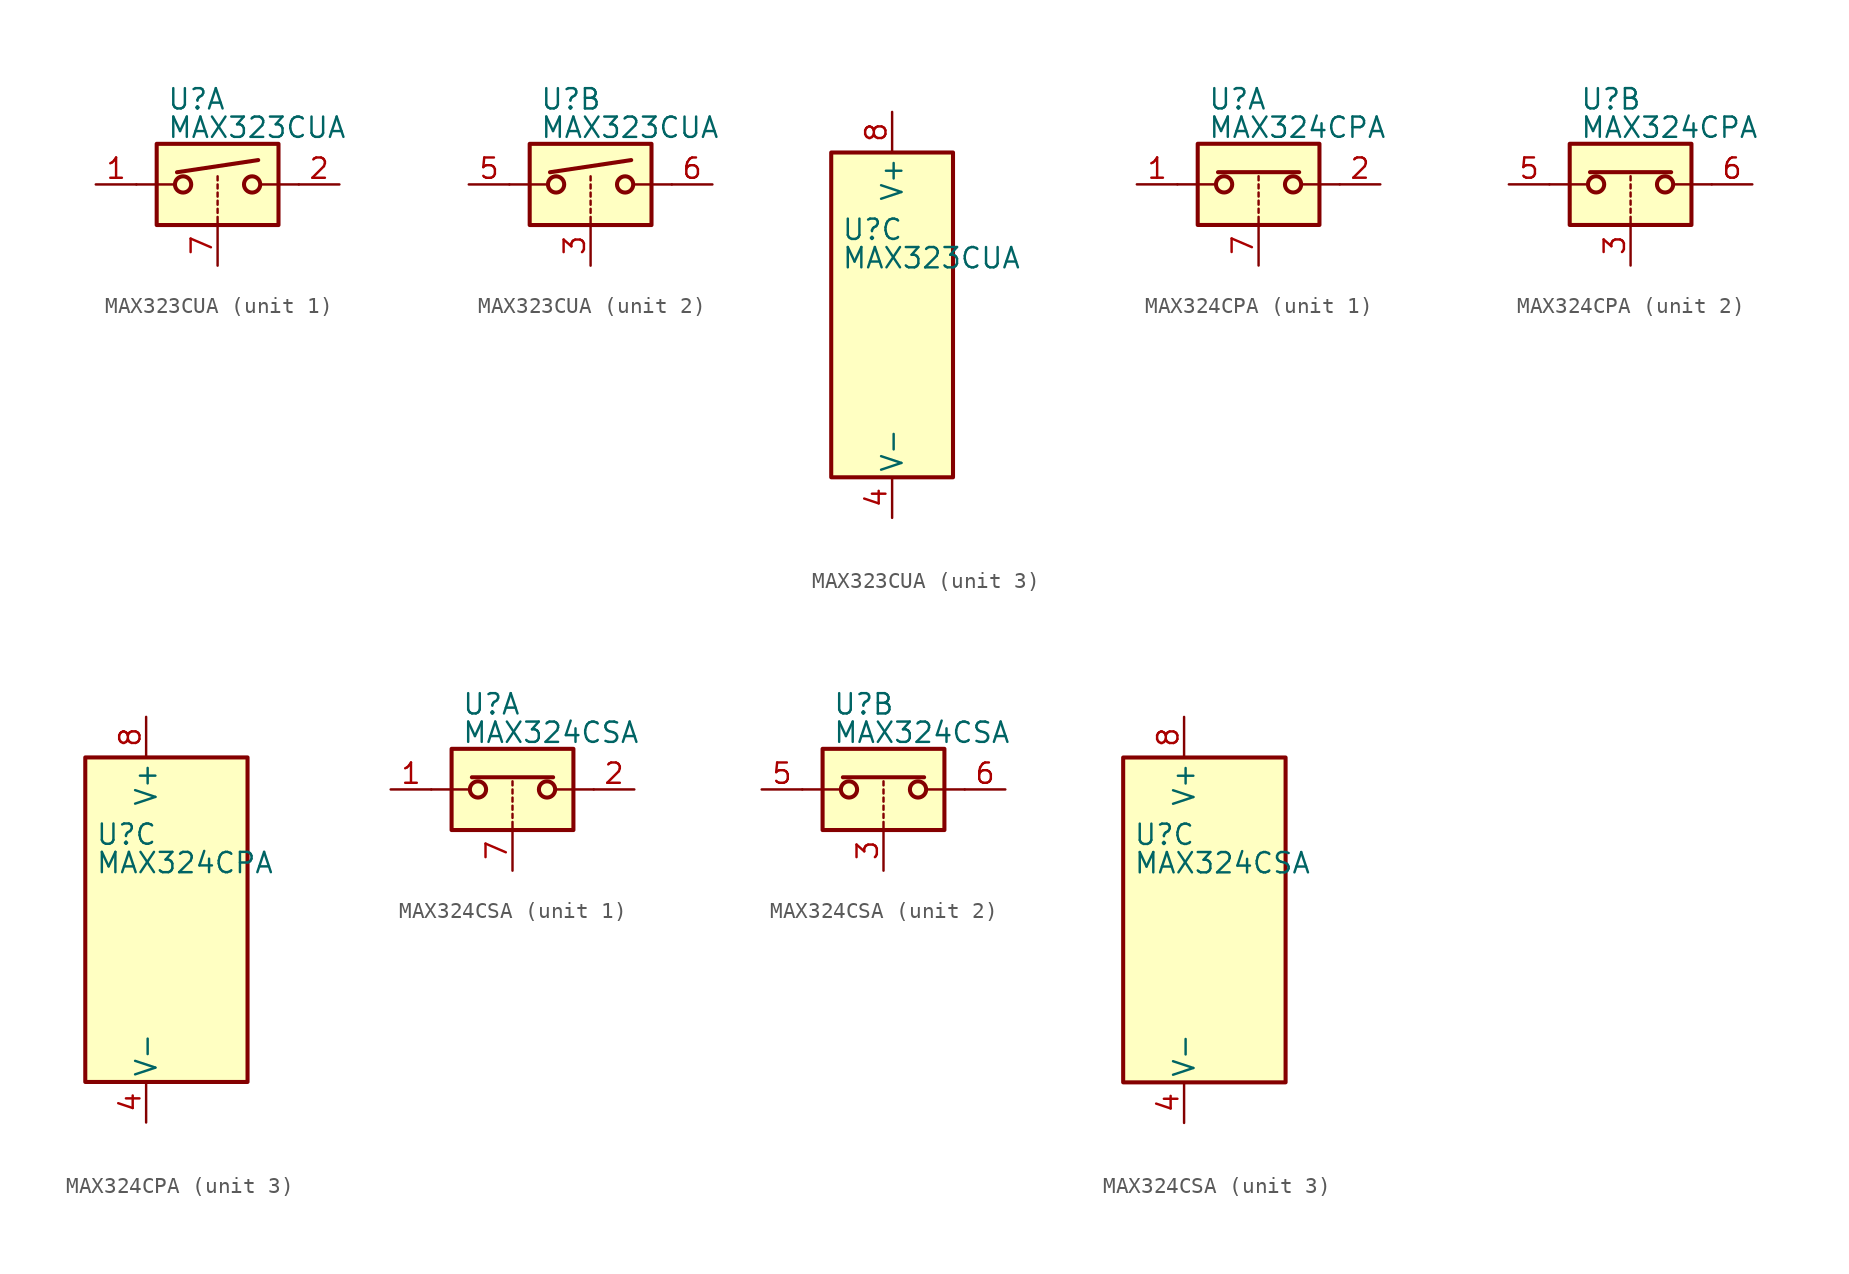
<source format=kicad_sym>
(kicad_symbol_lib
  (version 20220914)
  (generator kicad_symbol_editor)
  (symbol "MAX323CUA"
    (pin_names
      (offset 0.254))
    (property "Reference" "U"
      (at -3.175 5.334 0)
      (effects (font (size 1.27 1.27)) (justify left)))
    (property "Value" "MAX323CUA"
      (at -3.175 3.556 0)
      (effects (font (size 1.27 1.27)) (justify left)))
    (symbol "MAX323CUA_1_1"
      (rectangle (start -3.81 2.54) (end 3.81 -2.54) (stroke (width 0.254) (type default)) (fill (type background)))
      (circle (center -2.159 0) (radius 0.508) (stroke (width 0.254) (type default)) (fill (type none)))
      (polyline (pts (xy -5.08 0) (xy -2.794 0)) (stroke (width 0) (type default)) (fill (type none)))
      (polyline (pts (xy -2.54 0.762) (xy 2.54 1.524)) (stroke (width 0.254) (type default)) (fill (type none)))
      (polyline (pts (xy 0 -2.54) (xy 0 -2.032)) (stroke (width 0) (type default)) (fill (type none)))
      (polyline (pts (xy 0 -1.778) (xy 0 -1.524)) (stroke (width 0) (type default)) (fill (type none)))
      (polyline (pts (xy 0 -1.27) (xy 0 -1.016)) (stroke (width 0) (type default)) (fill (type none)))
      (polyline (pts (xy 0 -0.762) (xy 0 -0.508)) (stroke (width 0) (type default)) (fill (type none)))
      (polyline (pts (xy 0 -0.254) (xy 0 0)) (stroke (width 0) (type default)) (fill (type none)))
      (polyline (pts (xy 0 0.254) (xy 0 0.508)) (stroke (width 0) (type default)) (fill (type none)))
      (polyline (pts (xy 5.08 0) (xy 2.794 0)) (stroke (width 0) (type default)) (fill (type none)))
      (circle (center 2.159 0) (radius 0.508) (stroke (width 0.254) (type default)) (fill (type none)))
      (pin passive line (at -7.62 0 0) (length 2.54) (name "~" (effects (font (size 1.27 1.27)))) (number "1" (effects (font (size 1.27 1.27)))))
      (pin passive line (at 7.62 0 180) (length 2.54) (name "~" (effects (font (size 1.27 1.27)))) (number "2" (effects (font (size 1.27 1.27)))))
      (pin input line (at 0 -5.08 90) (length 2.54) (name "~" (effects (font (size 1.27 1.27)))) (number "7" (effects (font (size 1.27 1.27))))))
    (symbol "MAX323CUA_2_1"
      (rectangle (start -3.81 2.54) (end 3.81 -2.54) (stroke (width 0.254) (type default)) (fill (type background)))
      (circle (center -2.159 0) (radius 0.508) (stroke (width 0.254) (type default)) (fill (type none)))
      (polyline (pts (xy -5.08 0) (xy -2.794 0)) (stroke (width 0) (type default)) (fill (type none)))
      (polyline (pts (xy -2.54 0.762) (xy 2.54 1.524)) (stroke (width 0.254) (type default)) (fill (type none)))
      (polyline (pts (xy 0 -2.54) (xy 0 -2.032)) (stroke (width 0) (type default)) (fill (type none)))
      (polyline (pts (xy 0 -1.778) (xy 0 -1.524)) (stroke (width 0) (type default)) (fill (type none)))
      (polyline (pts (xy 0 -1.27) (xy 0 -1.016)) (stroke (width 0) (type default)) (fill (type none)))
      (polyline (pts (xy 0 -0.762) (xy 0 -0.508)) (stroke (width 0) (type default)) (fill (type none)))
      (polyline (pts (xy 0 -0.254) (xy 0 0)) (stroke (width 0) (type default)) (fill (type none)))
      (polyline (pts (xy 0 0.254) (xy 0 0.508)) (stroke (width 0) (type default)) (fill (type none)))
      (polyline (pts (xy 5.08 0) (xy 2.794 0)) (stroke (width 0) (type default)) (fill (type none)))
      (circle (center 2.159 0) (radius 0.508) (stroke (width 0.254) (type default)) (fill (type none)))
      (pin input line (at 0 -5.08 90) (length 2.54) (name "~" (effects (font (size 1.27 1.27)))) (number "3" (effects (font (size 1.27 1.27)))))
      (pin passive line (at -7.62 0 0) (length 2.54) (name "~" (effects (font (size 1.27 1.27)))) (number "5" (effects (font (size 1.27 1.27)))))
      (pin passive line (at 7.62 0 180) (length 2.54) (name "~" (effects (font (size 1.27 1.27)))) (number "6" (effects (font (size 1.27 1.27))))))
    (symbol "MAX323CUA_3_0"
      (pin power_in line (at 0 -12.7 90) (length 2.54) (name "V-" (effects (font (size 1.27 1.27)))) (number "4" (effects (font (size 1.27 1.27)))))
      (pin power_in line (at 0 12.7 270) (length 2.54) (name "V+" (effects (font (size 1.27 1.27)))) (number "8" (effects (font (size 1.27 1.27))))))
    (symbol "MAX323CUA_3_1"
      (rectangle (start -3.81 10.16) (end 3.81 -10.16) (stroke (width 0.254) (type default)) (fill (type background)))))
  (symbol "MAX324CPA"
    (pin_names
      (offset 0.254))
    (property "Reference" "U"
      (at -3.175 5.334 0)
      (effects (font (size 1.27 1.27)) (justify left)))
    (property "Value" "MAX324CPA"
      (at -3.175 3.556 0)
      (effects (font (size 1.27 1.27)) (justify left)))
    (symbol "MAX324CPA_1_1"
      (rectangle (start -3.81 2.54) (end 3.81 -2.54) (stroke (width 0.254) (type default)) (fill (type background)))
      (circle (center -2.159 0) (radius 0.508) (stroke (width 0.254) (type default)) (fill (type none)))
      (polyline (pts (xy -5.08 0) (xy -2.794 0)) (stroke (width 0) (type default)) (fill (type none)))
      (polyline (pts (xy -2.54 0.762) (xy 2.54 0.762)) (stroke (width 0.254) (type default)) (fill (type none)))
      (polyline (pts (xy 0 -2.54) (xy 0 -2.032)) (stroke (width 0) (type default)) (fill (type none)))
      (polyline (pts (xy 0 -1.778) (xy 0 -1.524)) (stroke (width 0) (type default)) (fill (type none)))
      (polyline (pts (xy 0 -1.27) (xy 0 -1.016)) (stroke (width 0) (type default)) (fill (type none)))
      (polyline (pts (xy 0 -0.762) (xy 0 -0.508)) (stroke (width 0) (type default)) (fill (type none)))
      (polyline (pts (xy 0 -0.254) (xy 0 0)) (stroke (width 0) (type default)) (fill (type none)))
      (polyline (pts (xy 0 0.254) (xy 0 0.508)) (stroke (width 0) (type default)) (fill (type none)))
      (polyline (pts (xy 5.08 0) (xy 2.794 0)) (stroke (width 0) (type default)) (fill (type none)))
      (circle (center 2.159 0) (radius 0.508) (stroke (width 0.254) (type default)) (fill (type none)))
      (pin passive line (at -7.62 0 0) (length 2.54) (name "~" (effects (font (size 1.27 1.27)))) (number "1" (effects (font (size 1.27 1.27)))))
      (pin passive line (at 7.62 0 180) (length 2.54) (name "~" (effects (font (size 1.27 1.27)))) (number "2" (effects (font (size 1.27 1.27)))))
      (pin input line (at 0 -5.08 90) (length 2.54) (name "~" (effects (font (size 1.27 1.27)))) (number "7" (effects (font (size 1.27 1.27))))))
    (symbol "MAX324CPA_2_1"
      (rectangle (start -3.81 2.54) (end 3.81 -2.54) (stroke (width 0.254) (type default)) (fill (type background)))
      (circle (center -2.159 0) (radius 0.508) (stroke (width 0.254) (type default)) (fill (type none)))
      (polyline (pts (xy -5.08 0) (xy -2.794 0)) (stroke (width 0) (type default)) (fill (type none)))
      (polyline (pts (xy -2.54 0.762) (xy 2.54 0.762)) (stroke (width 0.254) (type default)) (fill (type none)))
      (polyline (pts (xy 0 -2.54) (xy 0 -2.032)) (stroke (width 0) (type default)) (fill (type none)))
      (polyline (pts (xy 0 -1.778) (xy 0 -1.524)) (stroke (width 0) (type default)) (fill (type none)))
      (polyline (pts (xy 0 -1.27) (xy 0 -1.016)) (stroke (width 0) (type default)) (fill (type none)))
      (polyline (pts (xy 0 -0.762) (xy 0 -0.508)) (stroke (width 0) (type default)) (fill (type none)))
      (polyline (pts (xy 0 -0.254) (xy 0 0)) (stroke (width 0) (type default)) (fill (type none)))
      (polyline (pts (xy 0 0.254) (xy 0 0.508)) (stroke (width 0) (type default)) (fill (type none)))
      (polyline (pts (xy 5.08 0) (xy 2.794 0)) (stroke (width 0) (type default)) (fill (type none)))
      (circle (center 2.159 0) (radius 0.508) (stroke (width 0.254) (type default)) (fill (type none)))
      (pin input line (at 0 -5.08 90) (length 2.54) (name "~" (effects (font (size 1.27 1.27)))) (number "3" (effects (font (size 1.27 1.27)))))
      (pin passive line (at -7.62 0 0) (length 2.54) (name "~" (effects (font (size 1.27 1.27)))) (number "5" (effects (font (size 1.27 1.27)))))
      (pin passive line (at 7.62 0 180) (length 2.54) (name "~" (effects (font (size 1.27 1.27)))) (number "6" (effects (font (size 1.27 1.27))))))
    (symbol "MAX324CPA_3_0"
      (pin power_in line (at 0 -12.7 90) (length 2.54) (name "V-" (effects (font (size 1.27 1.27)))) (number "4" (effects (font (size 1.27 1.27)))))
      (pin power_in line (at 0 12.7 270) (length 2.54) (name "V+" (effects (font (size 1.27 1.27)))) (number "8" (effects (font (size 1.27 1.27))))))
    (symbol "MAX324CPA_3_1"
      (rectangle (start -3.81 10.16) (end 6.35 -10.16) (stroke (width 0.254) (type default)) (fill (type background)))))
  (symbol "MAX324CSA"
    (pin_names
      (offset 0.254))
    (property "Reference" "U"
      (at -3.175 5.334 0)
      (effects (font (size 1.27 1.27)) (justify left)))
    (property "Value" "MAX324CSA"
      (at -3.175 3.556 0)
      (effects (font (size 1.27 1.27)) (justify left)))
    (symbol "MAX324CSA_1_1"
      (rectangle (start -3.81 2.54) (end 3.81 -2.54) (stroke (width 0.254) (type default)) (fill (type background)))
      (circle (center -2.159 0) (radius 0.508) (stroke (width 0.254) (type default)) (fill (type none)))
      (polyline (pts (xy -5.08 0) (xy -2.794 0)) (stroke (width 0) (type default)) (fill (type none)))
      (polyline (pts (xy -2.54 0.762) (xy 2.54 0.762)) (stroke (width 0.254) (type default)) (fill (type none)))
      (polyline (pts (xy 0 -2.54) (xy 0 -2.032)) (stroke (width 0) (type default)) (fill (type none)))
      (polyline (pts (xy 0 -1.778) (xy 0 -1.524)) (stroke (width 0) (type default)) (fill (type none)))
      (polyline (pts (xy 0 -1.27) (xy 0 -1.016)) (stroke (width 0) (type default)) (fill (type none)))
      (polyline (pts (xy 0 -0.762) (xy 0 -0.508)) (stroke (width 0) (type default)) (fill (type none)))
      (polyline (pts (xy 0 -0.254) (xy 0 0)) (stroke (width 0) (type default)) (fill (type none)))
      (polyline (pts (xy 0 0.254) (xy 0 0.508)) (stroke (width 0) (type default)) (fill (type none)))
      (polyline (pts (xy 5.08 0) (xy 2.794 0)) (stroke (width 0) (type default)) (fill (type none)))
      (circle (center 2.159 0) (radius 0.508) (stroke (width 0.254) (type default)) (fill (type none)))
      (pin passive line (at -7.62 0 0) (length 2.54) (name "~" (effects (font (size 1.27 1.27)))) (number "1" (effects (font (size 1.27 1.27)))))
      (pin passive line (at 7.62 0 180) (length 2.54) (name "~" (effects (font (size 1.27 1.27)))) (number "2" (effects (font (size 1.27 1.27)))))
      (pin input line (at 0 -5.08 90) (length 2.54) (name "~" (effects (font (size 1.27 1.27)))) (number "7" (effects (font (size 1.27 1.27))))))
    (symbol "MAX324CSA_2_1"
      (rectangle (start -3.81 2.54) (end 3.81 -2.54) (stroke (width 0.254) (type default)) (fill (type background)))
      (circle (center -2.159 0) (radius 0.508) (stroke (width 0.254) (type default)) (fill (type none)))
      (polyline (pts (xy -5.08 0) (xy -2.794 0)) (stroke (width 0) (type default)) (fill (type none)))
      (polyline (pts (xy -2.54 0.762) (xy 2.54 0.762)) (stroke (width 0.254) (type default)) (fill (type none)))
      (polyline (pts (xy 0 -2.54) (xy 0 -2.032)) (stroke (width 0) (type default)) (fill (type none)))
      (polyline (pts (xy 0 -1.778) (xy 0 -1.524)) (stroke (width 0) (type default)) (fill (type none)))
      (polyline (pts (xy 0 -1.27) (xy 0 -1.016)) (stroke (width 0) (type default)) (fill (type none)))
      (polyline (pts (xy 0 -0.762) (xy 0 -0.508)) (stroke (width 0) (type default)) (fill (type none)))
      (polyline (pts (xy 0 -0.254) (xy 0 0)) (stroke (width 0) (type default)) (fill (type none)))
      (polyline (pts (xy 0 0.254) (xy 0 0.508)) (stroke (width 0) (type default)) (fill (type none)))
      (polyline (pts (xy 5.08 0) (xy 2.794 0)) (stroke (width 0) (type default)) (fill (type none)))
      (circle (center 2.159 0) (radius 0.508) (stroke (width 0.254) (type default)) (fill (type none)))
      (pin input line (at 0 -5.08 90) (length 2.54) (name "~" (effects (font (size 1.27 1.27)))) (number "3" (effects (font (size 1.27 1.27)))))
      (pin passive line (at -7.62 0 0) (length 2.54) (name "~" (effects (font (size 1.27 1.27)))) (number "5" (effects (font (size 1.27 1.27)))))
      (pin passive line (at 7.62 0 180) (length 2.54) (name "~" (effects (font (size 1.27 1.27)))) (number "6" (effects (font (size 1.27 1.27))))))
    (symbol "MAX324CSA_3_0"
      (pin power_in line (at 0 -12.7 90) (length 2.54) (name "V-" (effects (font (size 1.27 1.27)))) (number "4" (effects (font (size 1.27 1.27)))))
      (pin power_in line (at 0 12.7 270) (length 2.54) (name "V+" (effects (font (size 1.27 1.27)))) (number "8" (effects (font (size 1.27 1.27))))))
    (symbol "MAX324CSA_3_1"
      (rectangle (start -3.81 10.16) (end 6.35 -10.16) (stroke (width 0.254) (type default)) (fill (type background))))))
</source>
